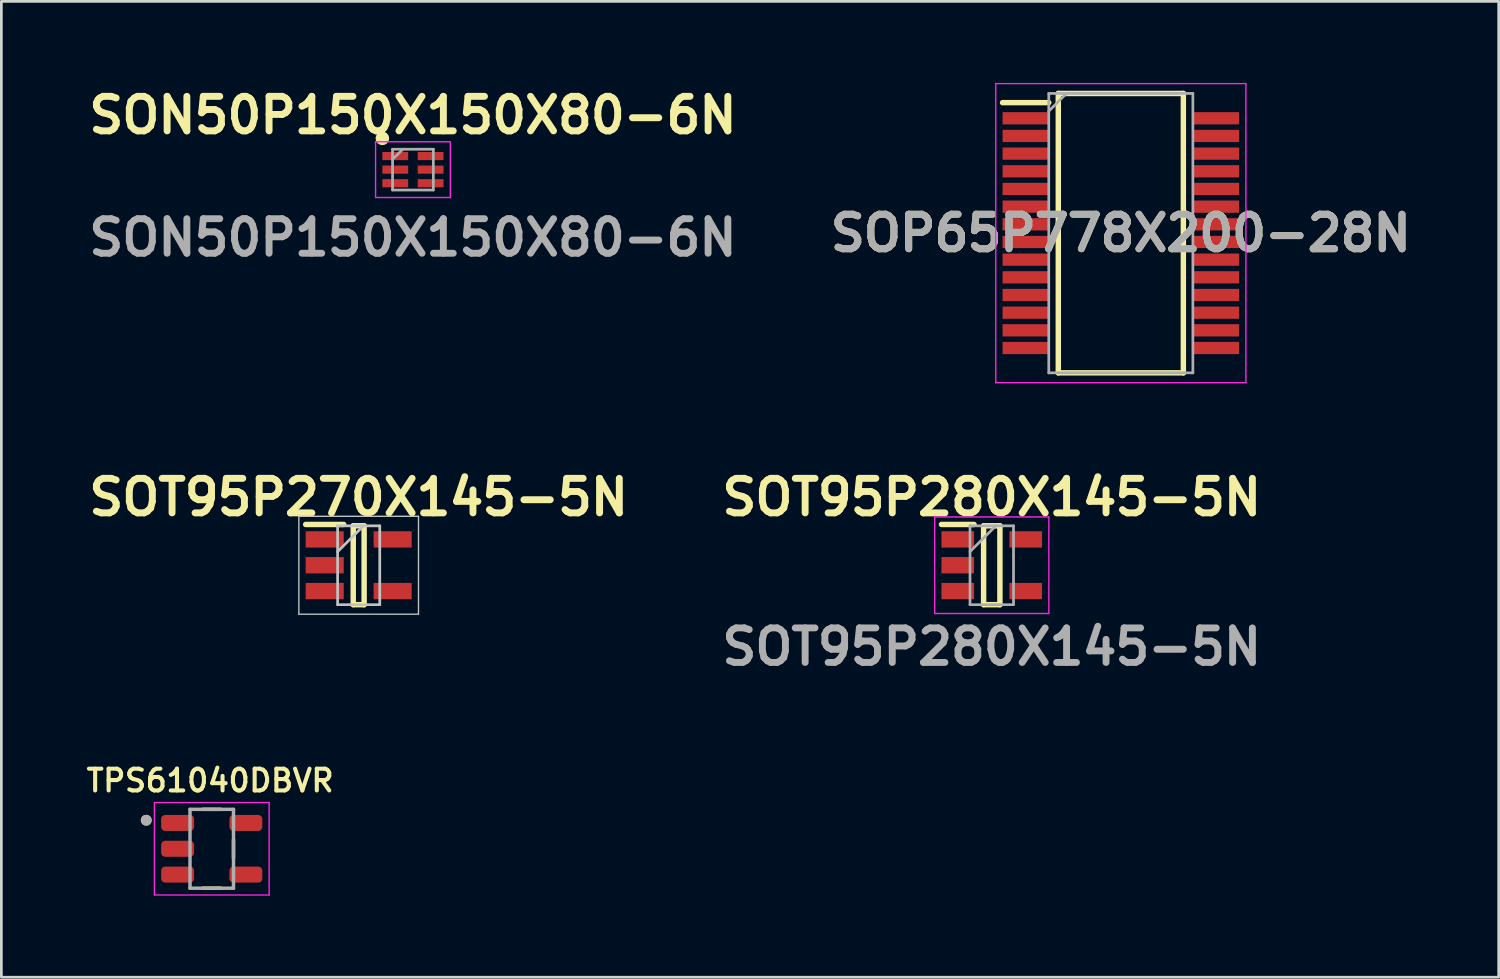
<source format=kicad_pcb>
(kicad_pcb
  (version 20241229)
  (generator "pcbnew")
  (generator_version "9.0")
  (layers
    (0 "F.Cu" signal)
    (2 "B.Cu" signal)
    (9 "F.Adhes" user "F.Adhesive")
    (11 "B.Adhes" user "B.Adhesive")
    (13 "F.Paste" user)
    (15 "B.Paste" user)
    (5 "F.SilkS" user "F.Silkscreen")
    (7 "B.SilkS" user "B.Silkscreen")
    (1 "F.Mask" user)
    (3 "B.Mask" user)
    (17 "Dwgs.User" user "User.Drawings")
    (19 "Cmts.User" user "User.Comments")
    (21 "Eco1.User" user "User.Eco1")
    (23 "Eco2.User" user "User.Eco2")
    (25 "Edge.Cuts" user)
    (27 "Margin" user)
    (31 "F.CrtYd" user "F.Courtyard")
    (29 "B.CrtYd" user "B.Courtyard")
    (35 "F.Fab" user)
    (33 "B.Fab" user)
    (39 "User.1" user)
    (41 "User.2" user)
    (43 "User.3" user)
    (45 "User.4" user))
  (footprint "SOT95P280X145-5N"
    (layer "F.Cu")
    (at 33.426 17.739)
    (property "Reference" "SOT95P280X145-5N" (at 0 -2.5 0) (layer "F.SilkS") (effects (font (size 1.27 1.27) (thickness 0.254))))
    (attr smd)
    (fp_line (start -1.85 -1.5) (end -0.65 -1.5) (stroke (width 0.2) (type solid)) (layer "F.SilkS"))
    (fp_line (start -0.3 -1.45) (end 0.3 -1.45) (stroke (width 0.2) (type solid)) (layer "F.SilkS"))
    (fp_line (start -0.3 1.45) (end -0.3 -1.45) (stroke (width 0.2) (type solid)) (layer "F.SilkS"))
    (fp_line (start 0.3 -1.45) (end 0.3 1.45) (stroke (width 0.2) (type solid)) (layer "F.SilkS"))
    (fp_line (start 0.3 1.45) (end -0.3 1.45) (stroke (width 0.2) (type solid)) (layer "F.SilkS"))
    (fp_line (start -2.1 -1.775) (end 2.1 -1.775) (stroke (width 0.05) (type solid)) (layer "F.CrtYd"))
    (fp_line (start -2.1 1.775) (end -2.1 -1.775) (stroke (width 0.05) (type solid)) (layer "F.CrtYd"))
    (fp_line (start 2.1 -1.775) (end 2.1 1.775) (stroke (width 0.05) (type solid)) (layer "F.CrtYd"))
    (fp_line (start 2.1 1.775) (end -2.1 1.775) (stroke (width 0.05) (type solid)) (layer "F.CrtYd"))
    (fp_line (start -0.8 -1.45) (end 0.8 -1.45) (stroke (width 0.1) (type solid)) (layer "F.Fab"))
    (fp_line (start -0.8 -0.5) (end 0.15 -1.45) (stroke (width 0.1) (type solid)) (layer "F.Fab"))
    (fp_line (start -0.8 1.45) (end -0.8 -1.45) (stroke (width 0.1) (type solid)) (layer "F.Fab"))
    (fp_line (start 0.8 -1.45) (end 0.8 1.45) (stroke (width 0.1) (type solid)) (layer "F.Fab"))
    (fp_line (start 0.8 1.45) (end -0.8 1.45) (stroke (width 0.1) (type solid)) (layer "F.Fab"))
    (fp_text user "${REFERENCE}" (at 0 3 0) (layer "F.Fab") (effects (font (size 1.27 1.27) (thickness 0.254))))
    (pad "1" smd rect (at -1.25 -0.95 90) (size 0.6 1.2) (layers "F.Cu" "F.Mask" "F.Paste"))
    (pad "2" smd rect (at -1.25 0 90) (size 0.6 1.2) (layers "F.Cu" "F.Mask" "F.Paste"))
    (pad "3" smd rect (at -1.25 0.95 90) (size 0.6 1.2) (layers "F.Cu" "F.Mask" "F.Paste"))
    (pad "4" smd rect (at 1.25 0.95 90) (size 0.6 1.2) (layers "F.Cu" "F.Mask" "F.Paste"))
    (pad "5" smd rect (at 1.25 -0.95 90) (size 0.6 1.2) (layers "F.Cu" "F.Mask" "F.Paste")))
  (footprint "SOP65P778X200-28N"
    (layer "F.Cu")
    (at 38.173 5.525)
    (property "Reference" "SOP65P778X200-28N" (at 0 0 0) (layer "F.SilkS") (effects (font (size 1.27 1.27) (thickness 0.254))))
    (attr smd)
    (fp_line (start -4.35 -4.8) (end -2.65 -4.8) (stroke (width 0.2) (type solid)) (layer "F.SilkS"))
    (fp_line (start -2.3 -5.138) (end 2.3 -5.138) (stroke (width 0.2) (type solid)) (layer "F.SilkS"))
    (fp_line (start -2.3 5.138) (end -2.3 -5.138) (stroke (width 0.2) (type solid)) (layer "F.SilkS"))
    (fp_line (start 2.3 -5.138) (end 2.3 5.138) (stroke (width 0.2) (type solid)) (layer "F.SilkS"))
    (fp_line (start 2.3 5.138) (end -2.3 5.138) (stroke (width 0.2) (type solid)) (layer "F.SilkS"))
    (fp_line (start -4.6 -5.5) (end 4.6 -5.5) (stroke (width 0.05) (type solid)) (layer "F.CrtYd"))
    (fp_line (start -4.6 5.5) (end -4.6 -5.5) (stroke (width 0.05) (type solid)) (layer "F.CrtYd"))
    (fp_line (start 4.6 -5.5) (end 4.6 5.5) (stroke (width 0.05) (type solid)) (layer "F.CrtYd"))
    (fp_line (start 4.6 5.5) (end -4.6 5.5) (stroke (width 0.05) (type solid)) (layer "F.CrtYd"))
    (fp_line (start -2.65 -5.138) (end 2.65 -5.138) (stroke (width 0.1) (type solid)) (layer "F.Fab"))
    (fp_line (start -2.65 -4.488) (end -2 -5.138) (stroke (width 0.1) (type solid)) (layer "F.Fab"))
    (fp_line (start -2.65 5.138) (end -2.65 -5.138) (stroke (width 0.1) (type solid)) (layer "F.Fab"))
    (fp_line (start 2.65 -5.138) (end 2.65 5.138) (stroke (width 0.1) (type solid)) (layer "F.Fab"))
    (fp_line (start 2.65 5.138) (end -2.65 5.138) (stroke (width 0.1) (type solid)) (layer "F.Fab"))
    (fp_text user "${REFERENCE}" (at 0 0 0) (layer "F.Fab") (effects (font (size 1.27 1.27) (thickness 0.254))))
    (pad "1" smd rect (at -3.5 -4.225 90) (size 0.45 1.7) (layers "F.Cu" "F.Mask" "F.Paste"))
    (pad "2" smd rect (at -3.5 -3.575 90) (size 0.45 1.7) (layers "F.Cu" "F.Mask" "F.Paste"))
    (pad "3" smd rect (at -3.5 -2.925 90) (size 0.45 1.7) (layers "F.Cu" "F.Mask" "F.Paste"))
    (pad "4" smd rect (at -3.5 -2.275 90) (size 0.45 1.7) (layers "F.Cu" "F.Mask" "F.Paste"))
    (pad "5" smd rect (at -3.5 -1.625 90) (size 0.45 1.7) (layers "F.Cu" "F.Mask" "F.Paste"))
    (pad "6" smd rect (at -3.5 -0.975 90) (size 0.45 1.7) (layers "F.Cu" "F.Mask" "F.Paste"))
    (pad "7" smd rect (at -3.5 -0.325 90) (size 0.45 1.7) (layers "F.Cu" "F.Mask" "F.Paste"))
    (pad "8" smd rect (at -3.5 0.325 90) (size 0.45 1.7) (layers "F.Cu" "F.Mask" "F.Paste"))
    (pad "9" smd rect (at -3.5 0.975 90) (size 0.45 1.7) (layers "F.Cu" "F.Mask" "F.Paste"))
    (pad "10" smd rect (at -3.5 1.625 90) (size 0.45 1.7) (layers "F.Cu" "F.Mask" "F.Paste"))
    (pad "11" smd rect (at -3.5 2.275 90) (size 0.45 1.7) (layers "F.Cu" "F.Mask" "F.Paste"))
    (pad "12" smd rect (at -3.5 2.925 90) (size 0.45 1.7) (layers "F.Cu" "F.Mask" "F.Paste"))
    (pad "13" smd rect (at -3.5 3.575 90) (size 0.45 1.7) (layers "F.Cu" "F.Mask" "F.Paste"))
    (pad "14" smd rect (at -3.5 4.225 90) (size 0.45 1.7) (layers "F.Cu" "F.Mask" "F.Paste"))
    (pad "15" smd rect (at 3.5 4.225 90) (size 0.45 1.7) (layers "F.Cu" "F.Mask" "F.Paste"))
    (pad "16" smd rect (at 3.5 3.575 90) (size 0.45 1.7) (layers "F.Cu" "F.Mask" "F.Paste"))
    (pad "17" smd rect (at 3.5 2.925 90) (size 0.45 1.7) (layers "F.Cu" "F.Mask" "F.Paste"))
    (pad "18" smd rect (at 3.5 2.275 90) (size 0.45 1.7) (layers "F.Cu" "F.Mask" "F.Paste"))
    (pad "19" smd rect (at 3.5 1.625 90) (size 0.45 1.7) (layers "F.Cu" "F.Mask" "F.Paste"))
    (pad "20" smd rect (at 3.5 0.975 90) (size 0.45 1.7) (layers "F.Cu" "F.Mask" "F.Paste"))
    (pad "21" smd rect (at 3.5 0.325 90) (size 0.45 1.7) (layers "F.Cu" "F.Mask" "F.Paste"))
    (pad "22" smd rect (at 3.5 -0.325 90) (size 0.45 1.7) (layers "F.Cu" "F.Mask" "F.Paste"))
    (pad "23" smd rect (at 3.5 -0.975 90) (size 0.45 1.7) (layers "F.Cu" "F.Mask" "F.Paste"))
    (pad "24" smd rect (at 3.5 -1.625 90) (size 0.45 1.7) (layers "F.Cu" "F.Mask" "F.Paste"))
    (pad "25" smd rect (at 3.5 -2.275 90) (size 0.45 1.7) (layers "F.Cu" "F.Mask" "F.Paste"))
    (pad "26" smd rect (at 3.5 -2.925 90) (size 0.45 1.7) (layers "F.Cu" "F.Mask" "F.Paste"))
    (pad "27" smd rect (at 3.5 -3.575 90) (size 0.45 1.7) (layers "F.Cu" "F.Mask" "F.Paste"))
    (pad "28" smd rect (at 3.5 -4.225 90) (size 0.45 1.7) (layers "F.Cu" "F.Mask" "F.Paste")))
  (footprint "TPS61040DBVR"
    (layer "F.Cu")
    (at 4.738 28.167)
    (property "Reference" "TPS61040DBVR" (at -0.06 -2.508 0) (layer "F.SilkS") (effects (font (size 0.8 0.8) (thickness 0.15))))
    (attr smd)
    (fp_line (start -0.33 -1.45) (end 0.33 -1.45) (stroke (width 0.127) (type solid)) (layer "F.SilkS"))
    (fp_line (start 0.33 1.45) (end -0.33 1.45) (stroke (width 0.127) (type solid)) (layer "F.SilkS"))
    (fp_line (start 0.8 -0.335) (end 0.8 0.335) (stroke (width 0.127) (type solid)) (layer "F.SilkS"))
    (fp_circle (center -2.41 -1.05) (end -2.31 -1.05) (stroke (width 0.2) (type solid)) (fill no) (layer "F.SilkS"))
    (fp_line (start -2.11 -1.7) (end 2.11 -1.7) (stroke (width 0.05) (type solid)) (layer "F.CrtYd"))
    (fp_line (start -2.11 1.7) (end -2.11 -1.7) (stroke (width 0.05) (type solid)) (layer "F.CrtYd"))
    (fp_line (start 2.11 -1.7) (end 2.11 1.7) (stroke (width 0.05) (type solid)) (layer "F.CrtYd"))
    (fp_line (start 2.11 1.7) (end -2.11 1.7) (stroke (width 0.05) (type solid)) (layer "F.CrtYd"))
    (fp_line (start -0.8 -1.45) (end 0.8 -1.45) (stroke (width 0.127) (type solid)) (layer "F.Fab"))
    (fp_line (start -0.8 1.45) (end -0.8 -1.45) (stroke (width 0.127) (type solid)) (layer "F.Fab"))
    (fp_line (start 0.8 -1.45) (end 0.8 1.45) (stroke (width 0.127) (type solid)) (layer "F.Fab"))
    (fp_line (start 0.8 1.45) (end -0.8 1.45) (stroke (width 0.127) (type solid)) (layer "F.Fab"))
    (fp_circle (center -2.41 -1.05) (end -2.31 -1.05) (stroke (width 0.2) (type solid)) (fill no) (layer "F.Fab"))
    (pad "1" smd roundrect (at -1.255 -0.95) (size 1.21 0.59) (layers "F.Cu" "F.Mask" "F.Paste") (roundrect_rratio 0.25))
    (pad "2" smd roundrect (at -1.255 0) (size 1.21 0.59) (layers "F.Cu" "F.Mask" "F.Paste") (roundrect_rratio 0.25))
    (pad "3" smd roundrect (at -1.255 0.95) (size 1.21 0.59) (layers "F.Cu" "F.Mask" "F.Paste") (roundrect_rratio 0.25))
    (pad "4" smd roundrect (at 1.255 0.95) (size 1.21 0.59) (layers "F.Cu" "F.Mask" "F.Paste") (roundrect_rratio 0.25))
    (pad "5" smd roundrect (at 1.255 -0.95) (size 1.21 0.59) (layers "F.Cu" "F.Mask" "F.Paste") (roundrect_rratio 0.25)))
  (footprint "SON50P150X150X80-6N"
    (layer "F.Cu")
    (at 12.138 3.189)
    (property "Reference" "SON50P150X150X80-6N" (at 0 -2 0) (layer "F.SilkS") (effects (font (size 1.27 1.27) (thickness 0.254))))
    (attr smd)
    (fp_circle (center -1.125 -1.15) (end -1.125 -1.025) (stroke (width 0.25) (type solid)) (fill no) (layer "F.SilkS"))
    (fp_line (start -1.375 -1.025) (end 1.375 -1.025) (stroke (width 0.05) (type solid)) (layer "F.CrtYd"))
    (fp_line (start -1.375 1.025) (end -1.375 -1.025) (stroke (width 0.05) (type solid)) (layer "F.CrtYd"))
    (fp_line (start 1.375 -1.025) (end 1.375 1.025) (stroke (width 0.05) (type solid)) (layer "F.CrtYd"))
    (fp_line (start 1.375 1.025) (end -1.375 1.025) (stroke (width 0.05) (type solid)) (layer "F.CrtYd"))
    (fp_line (start -0.75 -0.75) (end 0.75 -0.75) (stroke (width 0.1) (type solid)) (layer "F.Fab"))
    (fp_line (start -0.75 -0.375) (end -0.375 -0.75) (stroke (width 0.1) (type solid)) (layer "F.Fab"))
    (fp_line (start -0.75 0.75) (end -0.75 -0.75) (stroke (width 0.1) (type solid)) (layer "F.Fab"))
    (fp_line (start 0.75 -0.75) (end 0.75 0.75) (stroke (width 0.1) (type solid)) (layer "F.Fab"))
    (fp_line (start 0.75 0.75) (end -0.75 0.75) (stroke (width 0.1) (type solid)) (layer "F.Fab"))
    (fp_text user "${REFERENCE}" (at 0 2.5 0) (layer "F.Fab") (effects (font (size 1.27 1.27) (thickness 0.254))))
    (pad "1" smd rect (at -0.65 -0.5 90) (size 0.3 0.95) (layers "F.Cu" "F.Mask" "F.Paste"))
    (pad "2" smd rect (at -0.65 0 90) (size 0.3 0.95) (layers "F.Cu" "F.Mask" "F.Paste"))
    (pad "3" smd rect (at -0.65 0.5 90) (size 0.3 0.95) (layers "F.Cu" "F.Mask" "F.Paste"))
    (pad "4" smd rect (at 0.65 0.5 90) (size 0.3 0.95) (layers "F.Cu" "F.Mask" "F.Paste"))
    (pad "5" smd rect (at 0.65 0 90) (size 0.3 0.95) (layers "F.Cu" "F.Mask" "F.Paste"))
    (pad "6" smd rect (at 0.65 -0.5 90) (size 0.3 0.95) (layers "F.Cu" "F.Mask" "F.Paste")))
  (footprint "SOT95P270X145-5N"
    (layer "F.Cu")
    (at 10.142 17.739)
    (property "Reference" "SOT95P270X145-5N" (at 0 -2.5 0) (layer "F.SilkS") (effects (font (size 1.27 1.27) (thickness 0.254))))
    (attr smd)
    (fp_line (start -1.95 -1.5) (end -0.55 -1.5) (stroke (width 0.2) (type solid)) (layer "F.SilkS"))
    (fp_line (start -0.2 -1.45) (end 0.2 -1.45) (stroke (width 0.2) (type solid)) (layer "F.SilkS"))
    (fp_line (start -0.2 1.45) (end -0.2 -1.45) (stroke (width 0.2) (type solid)) (layer "F.SilkS"))
    (fp_line (start 0.2 -1.45) (end 0.2 1.45) (stroke (width 0.2) (type solid)) (layer "F.SilkS"))
    (fp_line (start 0.2 1.45) (end -0.2 1.45) (stroke (width 0.2) (type solid)) (layer "F.SilkS"))
    (fp_line (start -2.2 -1.8) (end 2.2 -1.8) (stroke (width 0.05) (type solid)) (layer "Dwgs.User"))
    (fp_line (start -2.2 1.8) (end -2.2 -1.8) (stroke (width 0.05) (type solid)) (layer "Dwgs.User"))
    (fp_line (start -0.775 -1.45) (end 0.775 -1.45) (stroke (width 0.1) (type solid)) (layer "Dwgs.User"))
    (fp_line (start -0.775 -0.5) (end 0.175 -1.45) (stroke (width 0.1) (type solid)) (layer "Dwgs.User"))
    (fp_line (start -0.775 1.45) (end -0.775 -1.45) (stroke (width 0.1) (type solid)) (layer "Dwgs.User"))
    (fp_line (start 0.775 -1.45) (end 0.775 1.45) (stroke (width 0.1) (type solid)) (layer "Dwgs.User"))
    (fp_line (start 0.775 1.45) (end -0.775 1.45) (stroke (width 0.1) (type solid)) (layer "Dwgs.User"))
    (fp_line (start 2.2 -1.8) (end 2.2 1.8) (stroke (width 0.05) (type solid)) (layer "Dwgs.User"))
    (fp_line (start 2.2 1.8) (end -2.2 1.8) (stroke (width 0.05) (type solid)) (layer "Dwgs.User"))
    (pad "1" smd rect (at -1.25 -0.95 90) (size 0.6 1.4) (layers "F.Cu" "F.Mask" "F.Paste"))
    (pad "2" smd rect (at -1.25 0 90) (size 0.6 1.4) (layers "F.Cu" "F.Mask" "F.Paste"))
    (pad "3" smd rect (at -1.25 0.95 90) (size 0.6 1.4) (layers "F.Cu" "F.Mask" "F.Paste"))
    (pad "4" smd rect (at 1.25 0.95 90) (size 0.6 1.4) (layers "F.Cu" "F.Mask" "F.Paste"))
    (pad "5" smd rect (at 1.25 -0.95 90) (size 0.6 1.4) (layers "F.Cu" "F.Mask" "F.Paste")))
  (gr_rect
    (start -3 -3)
    (end 52.071 32.892)
    (stroke (width 0.1) (type default))
    (fill no)
    (layer "Edge.Cuts")))
</source>
